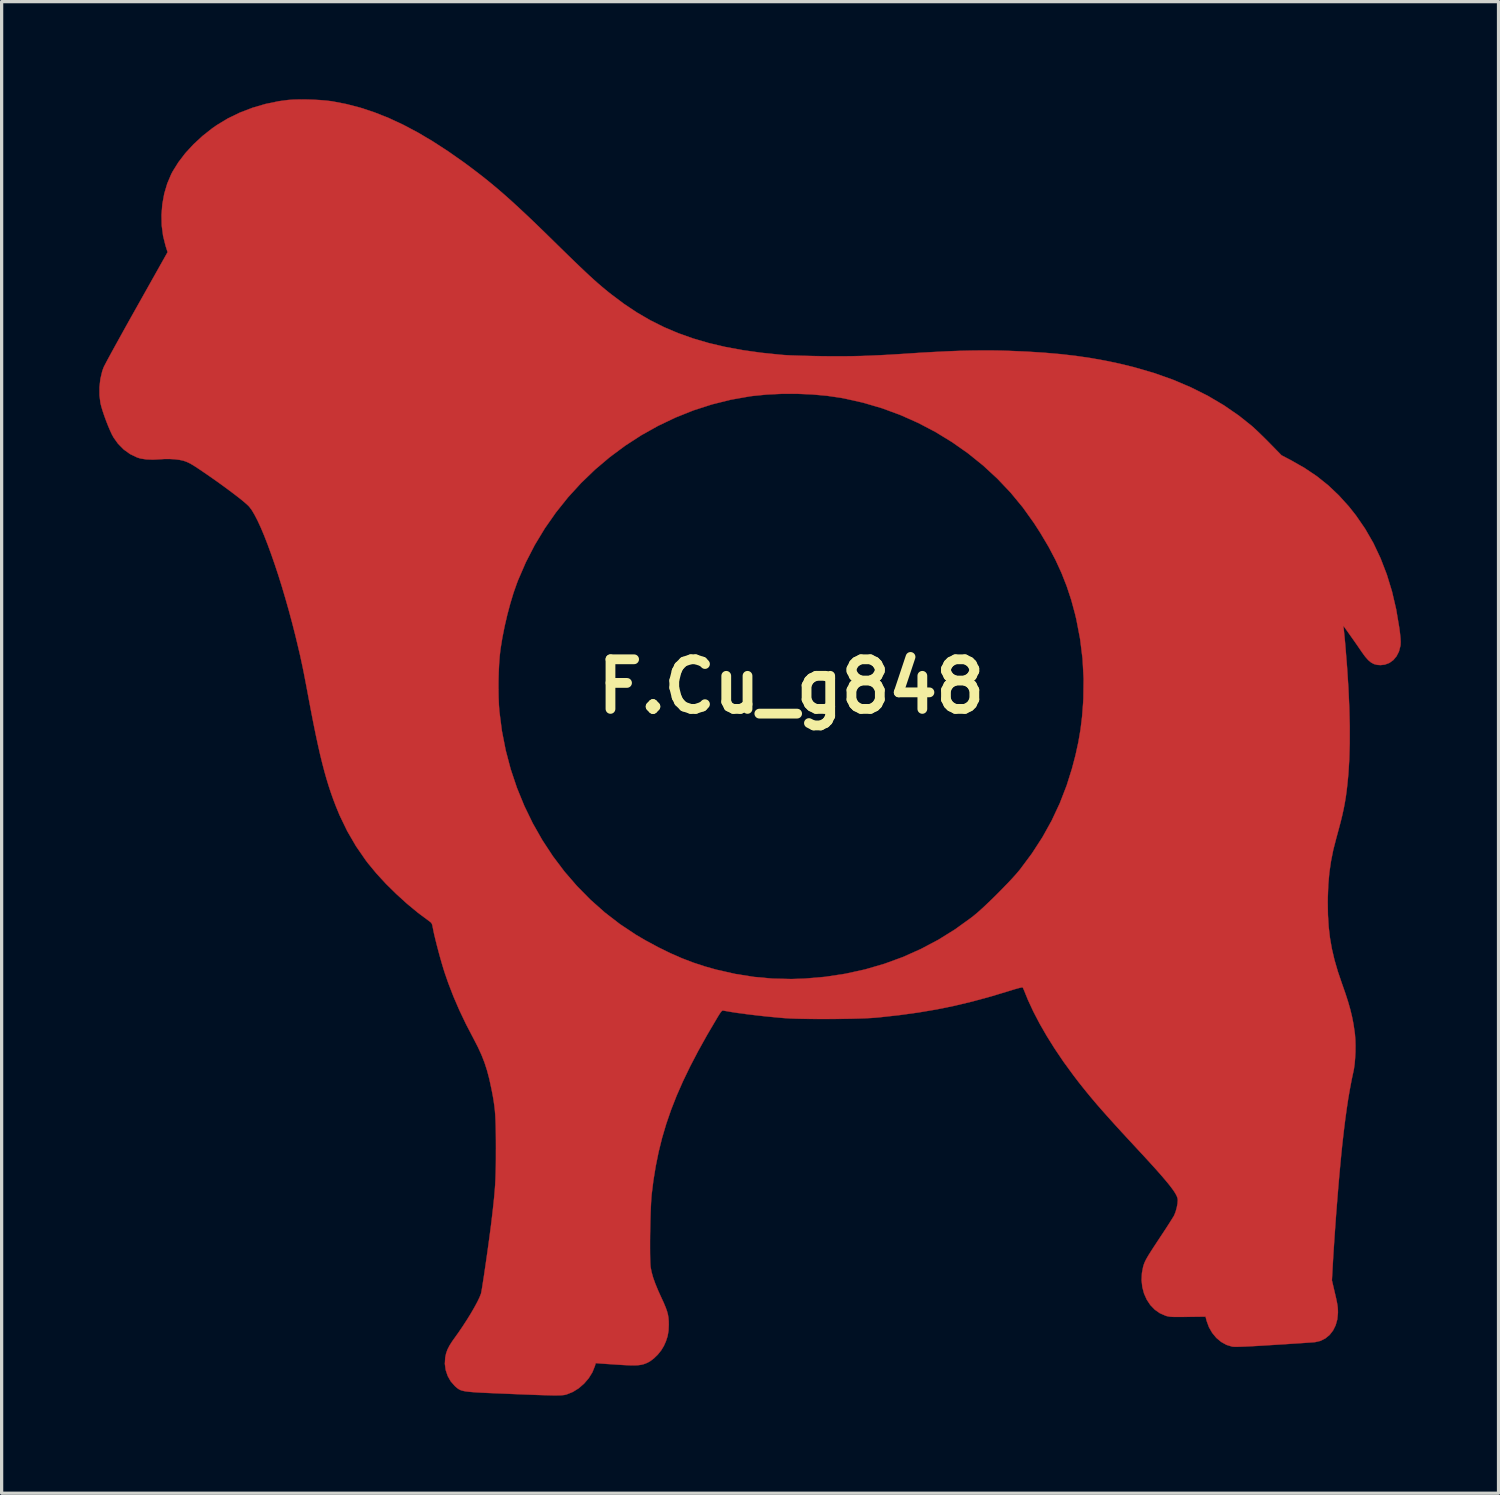
<source format=kicad_pcb>
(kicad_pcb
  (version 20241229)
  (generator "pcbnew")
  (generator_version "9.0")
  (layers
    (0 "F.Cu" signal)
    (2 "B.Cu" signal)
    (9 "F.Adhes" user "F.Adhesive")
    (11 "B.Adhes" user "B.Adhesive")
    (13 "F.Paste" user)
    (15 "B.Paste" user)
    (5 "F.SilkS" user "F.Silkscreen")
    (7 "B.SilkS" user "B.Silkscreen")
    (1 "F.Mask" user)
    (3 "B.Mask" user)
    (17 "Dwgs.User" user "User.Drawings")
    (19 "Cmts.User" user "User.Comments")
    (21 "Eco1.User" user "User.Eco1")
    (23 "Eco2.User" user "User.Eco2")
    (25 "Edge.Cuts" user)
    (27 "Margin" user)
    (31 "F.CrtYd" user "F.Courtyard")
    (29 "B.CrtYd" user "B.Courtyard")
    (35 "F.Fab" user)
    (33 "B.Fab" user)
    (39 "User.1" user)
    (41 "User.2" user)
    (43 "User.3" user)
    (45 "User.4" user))
  (footprint "F.Cu_g848"
    (layer "F.Cu")
    (at 21.254 18.036)
    (property "Reference" "F.Cu_g848" (at 0 0 0) (layer "F.SilkS") (effects (font (size 1.524 1.524) (thickness 0.3))))
    (attr through_hole)
    (fp_poly (pts (xy -14.9 -18.03) (xy -14.686 -18.024) (xy -14.476 -18.012) (xy -14.282 -17.996) (xy -14.115 -17.976) (xy -14.097 -17.973) (xy -13.666 -17.89) (xy -13.235 -17.778) (xy -12.803 -17.635) (xy -12.366 -17.462) (xy -11.923 -17.256) (xy -11.471 -17.017) (xy -11.009 -16.743) (xy -10.533 -16.434) (xy -10.042 -16.089) (xy -9.824 -15.927) (xy -9.616 -15.769) (xy -9.414 -15.611) (xy -9.214 -15.449) (xy -9.012 -15.28) (xy -8.806 -15.102) (xy -8.592 -14.911) (xy -8.366 -14.704) (xy -8.124 -14.478) (xy -7.865 -14.231) (xy -7.583 -13.958) (xy -7.297 -13.678) (xy -7.056 -13.442) (xy -6.842 -13.233) (xy -6.651 -13.048) (xy -6.481 -12.885) (xy -6.329 -12.741) (xy -6.191 -12.612) (xy -6.065 -12.497) (xy -5.947 -12.392) (xy -5.834 -12.295) (xy -5.724 -12.203) (xy -5.613 -12.112) (xy -5.524 -12.042) (xy -5.136 -11.751) (xy -4.74 -11.487) (xy -4.333 -11.25) (xy -3.912 -11.039) (xy -3.474 -10.853) (xy -3.016 -10.69) (xy -2.536 -10.549) (xy -2.029 -10.43) (xy -1.493 -10.331) (xy -0.925 -10.251) (xy -0.322 -10.189) (xy -0.212 -10.18) (xy -0.126 -10.175) (xy -0.004 -10.169) (xy 0.147 -10.164) (xy 0.32 -10.158) (xy 0.509 -10.154) (xy 0.708 -10.149) (xy 0.909 -10.146) (xy 0.942 -10.145) (xy 1.262 -10.142) (xy 1.563 -10.142) (xy 1.855 -10.145) (xy 2.145 -10.151) (xy 2.441 -10.162) (xy 2.753 -10.176) (xy 3.088 -10.194) (xy 3.454 -10.217) (xy 3.545 -10.223) (xy 4.001 -10.253) (xy 4.42 -10.276) (xy 4.807 -10.295) (xy 5.169 -10.309) (xy 5.509 -10.317) (xy 5.834 -10.321) (xy 6.148 -10.321) (xy 6.457 -10.316) (xy 6.685 -10.309) (xy 7.249 -10.285) (xy 7.778 -10.251) (xy 8.277 -10.208) (xy 8.751 -10.153) (xy 9.208 -10.086) (xy 9.652 -10.006) (xy 10.09 -9.914) (xy 10.52 -9.809) (xy 11.134 -9.631) (xy 11.718 -9.425) (xy 12.272 -9.19) (xy 12.796 -8.928) (xy 13.289 -8.637) (xy 13.75 -8.319) (xy 14.15 -8) (xy 14.221 -7.936) (xy 14.315 -7.848) (xy 14.423 -7.744) (xy 14.539 -7.631) (xy 14.655 -7.515) (xy 14.7 -7.469) (xy 15.06 -7.101) (xy 15.356 -6.946) (xy 15.768 -6.711) (xy 16.146 -6.457) (xy 16.495 -6.178) (xy 16.82 -5.87) (xy 17.128 -5.53) (xy 17.347 -5.253) (xy 17.629 -4.843) (xy 17.882 -4.404) (xy 18.103 -3.936) (xy 18.294 -3.441) (xy 18.454 -2.918) (xy 18.582 -2.37) (xy 18.679 -1.795) (xy 18.7 -1.63) (xy 18.715 -1.484) (xy 18.721 -1.37) (xy 18.717 -1.279) (xy 18.712 -1.244) (xy 18.667 -1.073) (xy 18.593 -0.928) (xy 18.494 -0.81) (xy 18.373 -0.723) (xy 18.234 -0.671) (xy 18.102 -0.656) (xy 17.995 -0.664) (xy 17.9 -0.689) (xy 17.811 -0.737) (xy 17.724 -0.81) (xy 17.632 -0.914) (xy 17.532 -1.051) (xy 17.498 -1.101) (xy 17.449 -1.172) (xy 17.388 -1.261) (xy 17.318 -1.362) (xy 17.243 -1.468) (xy 17.169 -1.573) (xy 17.1 -1.671) (xy 17.04 -1.755) (xy 16.994 -1.819) (xy 16.965 -1.857) (xy 16.961 -1.863) (xy 16.958 -1.853) (xy 16.963 -1.82) (xy 16.969 -1.784) (xy 16.977 -1.713) (xy 16.987 -1.613) (xy 16.999 -1.492) (xy 17.012 -1.356) (xy 17.018 -1.291) (xy 17.073 -0.603) (xy 17.115 0.045) (xy 17.142 0.654) (xy 17.156 1.224) (xy 17.155 1.755) (xy 17.141 2.248) (xy 17.113 2.702) (xy 17.08 3.036) (xy 17.057 3.232) (xy 17.032 3.412) (xy 17.003 3.584) (xy 16.97 3.756) (xy 16.931 3.935) (xy 16.884 4.13) (xy 16.827 4.347) (xy 16.76 4.595) (xy 16.743 4.657) (xy 16.65 5.018) (xy 16.58 5.369) (xy 16.529 5.721) (xy 16.497 6.086) (xy 16.482 6.474) (xy 16.48 6.625) (xy 16.486 7.014) (xy 16.508 7.376) (xy 16.548 7.721) (xy 16.607 8.059) (xy 16.687 8.4) (xy 16.79 8.754) (xy 16.918 9.131) (xy 16.923 9.144) (xy 17.023 9.431) (xy 17.106 9.688) (xy 17.173 9.924) (xy 17.227 10.148) (xy 17.27 10.367) (xy 17.303 10.589) (xy 17.316 10.689) (xy 17.328 10.849) (xy 17.333 11.032) (xy 17.331 11.225) (xy 17.321 11.418) (xy 17.306 11.597) (xy 17.284 11.752) (xy 17.272 11.811) (xy 17.214 12.084) (xy 17.161 12.364) (xy 17.11 12.658) (xy 17.063 12.97) (xy 17.017 13.305) (xy 16.972 13.67) (xy 16.927 14.069) (xy 16.902 14.309) (xy 16.87 14.642) (xy 16.836 15.01) (xy 16.802 15.403) (xy 16.769 15.814) (xy 16.736 16.233) (xy 16.706 16.653) (xy 16.678 17.064) (xy 16.652 17.46) (xy 16.634 17.773) (xy 16.608 18.242) (xy 16.701 18.64) (xy 16.736 18.791) (xy 16.761 18.91) (xy 16.778 19.006) (xy 16.788 19.089) (xy 16.792 19.166) (xy 16.793 19.241) (xy 16.774 19.44) (xy 16.723 19.622) (xy 16.643 19.783) (xy 16.537 19.919) (xy 16.407 20.026) (xy 16.258 20.101) (xy 16.097 20.139) (xy 16.056 20.143) (xy 15.978 20.149) (xy 15.865 20.157) (xy 15.723 20.167) (xy 15.556 20.178) (xy 15.368 20.19) (xy 15.164 20.204) (xy 14.947 20.217) (xy 14.824 20.225) (xy 14.551 20.242) (xy 14.318 20.256) (xy 14.122 20.267) (xy 13.959 20.275) (xy 13.827 20.28) (xy 13.722 20.283) (xy 13.642 20.284) (xy 13.585 20.282) (xy 13.546 20.278) (xy 13.543 20.277) (xy 13.369 20.224) (xy 13.206 20.133) (xy 13.059 20.01) (xy 12.933 19.858) (xy 12.832 19.683) (xy 12.761 19.489) (xy 12.756 19.471) (xy 12.727 19.357) (xy 12.179 19.364) (xy 12.009 19.366) (xy 11.875 19.366) (xy 11.771 19.366) (xy 11.691 19.363) (xy 11.63 19.358) (xy 11.58 19.35) (xy 11.536 19.34) (xy 11.502 19.33) (xy 11.324 19.252) (xy 11.166 19.141) (xy 11.031 19.001) (xy 10.922 18.836) (xy 10.839 18.651) (xy 10.785 18.45) (xy 10.762 18.237) (xy 10.773 18.018) (xy 10.808 17.835) (xy 10.823 17.78) (xy 10.841 17.728) (xy 10.864 17.673) (xy 10.894 17.611) (xy 10.934 17.539) (xy 10.986 17.452) (xy 11.053 17.346) (xy 11.137 17.216) (xy 11.241 17.058) (xy 11.326 16.929) (xy 11.422 16.784) (xy 11.512 16.647) (xy 11.593 16.521) (xy 11.662 16.412) (xy 11.716 16.326) (xy 11.752 16.267) (xy 11.762 16.248) (xy 11.805 16.143) (xy 11.841 16.015) (xy 11.866 15.884) (xy 11.874 15.778) (xy 11.868 15.729) (xy 11.85 15.671) (xy 11.817 15.602) (xy 11.769 15.522) (xy 11.702 15.427) (xy 11.617 15.315) (xy 11.511 15.186) (xy 11.383 15.036) (xy 11.232 14.864) (xy 11.055 14.668) (xy 10.851 14.445) (xy 10.636 14.213) (xy 10.37 13.926) (xy 10.13 13.666) (xy 9.915 13.43) (xy 9.72 13.213) (xy 9.543 13.014) (xy 9.381 12.828) (xy 9.232 12.652) (xy 9.092 12.483) (xy 8.959 12.318) (xy 8.828 12.153) (xy 8.699 11.984) (xy 8.646 11.913) (xy 8.36 11.521) (xy 8.094 11.127) (xy 7.85 10.737) (xy 7.63 10.355) (xy 7.438 9.986) (xy 7.275 9.635) (xy 7.208 9.472) (xy 7.173 9.384) (xy 7.142 9.31) (xy 7.119 9.26) (xy 7.11 9.243) (xy 7.087 9.243) (xy 7.029 9.255) (xy 6.945 9.277) (xy 6.84 9.307) (xy 6.728 9.342) (xy 6.142 9.519) (xy 5.577 9.673) (xy 5.024 9.806) (xy 4.472 9.919) (xy 3.912 10.014) (xy 3.333 10.094) (xy 2.726 10.161) (xy 2.582 10.174) (xy 2.445 10.184) (xy 2.271 10.193) (xy 2.068 10.2) (xy 1.842 10.206) (xy 1.6 10.21) (xy 1.346 10.213) (xy 1.089 10.214) (xy 0.833 10.214) (xy 0.586 10.212) (xy 0.354 10.209) (xy 0.143 10.204) (xy -0.04 10.197) (xy -0.19 10.188) (xy -0.233 10.185) (xy -0.53 10.158) (xy -0.825 10.129) (xy -1.11 10.097) (xy -1.381 10.064) (xy -1.629 10.031) (xy -1.85 9.997) (xy -2.036 9.965) (xy -2.078 9.957) (xy -2.102 9.955) (xy -2.124 9.963) (xy -2.149 9.986) (xy -2.182 10.031) (xy -2.228 10.102) (xy -2.278 10.185) (xy -2.583 10.703) (xy -2.858 11.197) (xy -3.105 11.67) (xy -3.325 12.126) (xy -3.52 12.569) (xy -3.69 13.003) (xy -3.838 13.432) (xy -3.965 13.86) (xy -4.072 14.291) (xy -4.161 14.728) (xy -4.234 15.176) (xy -4.288 15.61) (xy -4.297 15.722) (xy -4.306 15.864) (xy -4.314 16.032) (xy -4.321 16.219) (xy -4.327 16.42) (xy -4.331 16.628) (xy -4.335 16.838) (xy -4.337 17.043) (xy -4.337 17.239) (xy -4.336 17.418) (xy -4.333 17.575) (xy -4.329 17.705) (xy -4.323 17.8) (xy -4.32 17.829) (xy -4.291 17.982) (xy -4.244 18.152) (xy -4.176 18.343) (xy -4.086 18.561) (xy -3.991 18.77) (xy -3.915 18.935) (xy -3.858 19.071) (xy -3.816 19.188) (xy -3.788 19.292) (xy -3.771 19.394) (xy -3.763 19.501) (xy -3.761 19.6) (xy -3.769 19.788) (xy -3.797 19.954) (xy -3.849 20.115) (xy -3.912 20.256) (xy -3.992 20.389) (xy -4.096 20.52) (xy -4.215 20.636) (xy -4.337 20.728) (xy -4.376 20.75) (xy -4.453 20.788) (xy -4.53 20.817) (xy -4.612 20.837) (xy -4.706 20.849) (xy -4.818 20.854) (xy -4.955 20.852) (xy -5.124 20.845) (xy -5.236 20.838) (xy -5.383 20.829) (xy -5.526 20.819) (xy -5.656 20.811) (xy -5.763 20.803) (xy -5.84 20.798) (xy -5.854 20.797) (xy -6.004 20.785) (xy -6.031 20.875) (xy -6.108 21.067) (xy -6.221 21.249) (xy -6.363 21.414) (xy -6.527 21.557) (xy -6.707 21.669) (xy -6.898 21.746) (xy -6.899 21.747) (xy -6.932 21.755) (xy -6.969 21.763) (xy -7.013 21.768) (xy -7.067 21.773) (xy -7.134 21.775) (xy -7.216 21.776) (xy -7.318 21.776) (xy -7.441 21.773) (xy -7.589 21.769) (xy -7.765 21.764) (xy -7.972 21.756) (xy -8.212 21.747) (xy -8.489 21.736) (xy -8.769 21.724) (xy -9.042 21.713) (xy -9.277 21.703) (xy -9.476 21.694) (xy -9.644 21.685) (xy -9.783 21.675) (xy -9.897 21.665) (xy -9.99 21.654) (xy -10.064 21.64) (xy -10.125 21.625) (xy -10.174 21.606) (xy -10.215 21.583) (xy -10.253 21.557) (xy -10.29 21.526) (xy -10.33 21.49) (xy -10.339 21.481) (xy -10.46 21.343) (xy -10.552 21.179) (xy -10.613 20.998) (xy -10.639 20.807) (xy -10.628 20.617) (xy -10.601 20.488) (xy -10.559 20.368) (xy -10.496 20.245) (xy -10.409 20.109) (xy -10.365 20.048) (xy -10.224 19.85) (xy -10.087 19.649) (xy -9.958 19.45) (xy -9.839 19.257) (xy -9.734 19.076) (xy -9.646 18.913) (xy -9.577 18.772) (xy -9.532 18.659) (xy -9.528 18.648) (xy -9.52 18.609) (xy -9.506 18.533) (xy -9.488 18.424) (xy -9.467 18.287) (xy -9.442 18.128) (xy -9.416 17.95) (xy -9.388 17.759) (xy -9.359 17.559) (xy -9.33 17.354) (xy -9.302 17.151) (xy -9.275 16.953) (xy -9.25 16.765) (xy -9.227 16.592) (xy -9.208 16.438) (xy -9.199 16.362) (xy -9.168 16.098) (xy -9.143 15.867) (xy -9.122 15.662) (xy -9.106 15.475) (xy -9.093 15.296) (xy -9.084 15.119) (xy -9.078 14.935) (xy -9.073 14.735) (xy -9.071 14.512) (xy -9.071 14.257) (xy -9.07 14.192) (xy -9.071 13.926) (xy -9.073 13.696) (xy -9.077 13.496) (xy -9.083 13.32) (xy -9.091 13.162) (xy -9.103 13.017) (xy -9.119 12.877) (xy -9.139 12.738) (xy -9.163 12.593) (xy -9.193 12.435) (xy -9.21 12.351) (xy -9.273 12.059) (xy -9.342 11.797) (xy -9.421 11.553) (xy -9.514 11.316) (xy -9.625 11.074) (xy -9.758 10.816) (xy -9.99 10.371) (xy -10.193 9.945) (xy -10.373 9.529) (xy -10.533 9.114) (xy -10.639 8.809) (xy -10.684 8.668) (xy -10.733 8.503) (xy -10.785 8.322) (xy -10.836 8.134) (xy -10.885 7.948) (xy -10.929 7.771) (xy -10.967 7.613) (xy -10.995 7.481) (xy -11.007 7.418) (xy -11.023 7.339) (xy -11.04 7.287) (xy -11.066 7.251) (xy -11.108 7.217) (xy -11.12 7.208) (xy -11.463 6.953) (xy -11.803 6.672) (xy -12.133 6.372) (xy -12.448 6.062) (xy -12.738 5.747) (xy -12.997 5.434) (xy -13.068 5.341) (xy -13.369 4.905) (xy -13.638 4.442) (xy -13.873 3.955) (xy -13.985 3.683) (xy -14.064 3.476) (xy -14.138 3.268) (xy -14.208 3.056) (xy -14.276 2.834) (xy -14.342 2.6) (xy -14.407 2.35) (xy -14.473 2.081) (xy -14.539 1.787) (xy -14.608 1.467) (xy -14.679 1.116) (xy -14.754 0.731) (xy -14.834 0.307) (xy -14.836 0.296) (xy -14.876 0.082) (xy -8.993 0.082) (xy -8.989 0.336) (xy -8.979 0.57) (xy -8.965 0.762) (xy -8.887 1.368) (xy -8.77 1.963) (xy -8.616 2.547) (xy -8.425 3.116) (xy -8.198 3.67) (xy -7.938 4.206) (xy -7.645 4.722) (xy -7.32 5.216) (xy -6.964 5.688) (xy -6.579 6.133) (xy -6.166 6.552) (xy -5.727 6.942) (xy -5.261 7.301) (xy -4.771 7.627) (xy -4.466 7.806) (xy -4.081 8.013) (xy -3.716 8.192) (xy -3.363 8.347) (xy -3.014 8.481) (xy -2.66 8.598) (xy -2.297 8.7) (xy -1.716 8.831) (xy -1.142 8.922) (xy -0.569 8.974) (xy 0.008 8.987) (xy 0.413 8.974) (xy 1.045 8.919) (xy 1.664 8.825) (xy 2.269 8.692) (xy 2.859 8.52) (xy 3.431 8.311) (xy 3.986 8.063) (xy 4.522 7.779) (xy 5.037 7.458) (xy 5.532 7.101) (xy 5.609 7.04) (xy 5.721 6.947) (xy 5.854 6.828) (xy 6.004 6.688) (xy 6.164 6.535) (xy 6.328 6.373) (xy 6.491 6.208) (xy 6.647 6.047) (xy 6.79 5.895) (xy 6.913 5.758) (xy 7.012 5.641) (xy 7.029 5.62) (xy 7.393 5.131) (xy 7.716 4.632) (xy 8.001 4.119) (xy 8.249 3.589) (xy 8.461 3.041) (xy 8.622 2.529) (xy 8.732 2.112) (xy 8.819 1.715) (xy 8.886 1.324) (xy 8.935 0.924) (xy 8.967 0.503) (xy 8.974 0.373) (xy 8.982 -0.237) (xy 8.949 -0.849) (xy 8.874 -1.458) (xy 8.758 -2.061) (xy 8.719 -2.225) (xy 8.601 -2.661) (xy 8.463 -3.078) (xy 8.303 -3.485) (xy 8.119 -3.886) (xy 7.906 -4.29) (xy 7.661 -4.703) (xy 7.46 -5.016) (xy 7.116 -5.498) (xy 6.739 -5.955) (xy 6.331 -6.385) (xy 5.894 -6.788) (xy 5.43 -7.162) (xy 4.942 -7.505) (xy 4.432 -7.817) (xy 3.902 -8.095) (xy 3.353 -8.339) (xy 2.789 -8.547) (xy 2.211 -8.717) (xy 1.622 -8.849) (xy 1.524 -8.867) (xy 1.098 -8.929) (xy 0.646 -8.97) (xy 0.18 -8.99) (xy -0.289 -8.989) (xy -0.748 -8.967) (xy -1.187 -8.923) (xy -1.27 -8.912) (xy -1.858 -8.808) (xy -2.436 -8.664) (xy -3.001 -8.482) (xy -3.552 -8.262) (xy -4.087 -8.007) (xy -4.604 -7.718) (xy -5.101 -7.396) (xy -5.576 -7.043) (xy -6.029 -6.66) (xy -6.456 -6.248) (xy -6.856 -5.81) (xy -7.227 -5.346) (xy -7.568 -4.859) (xy -7.877 -4.348) (xy -8.151 -3.817) (xy -8.39 -3.266) (xy -8.429 -3.164) (xy -8.532 -2.871) (xy -8.63 -2.546) (xy -8.722 -2.201) (xy -8.804 -1.847) (xy -8.874 -1.495) (xy -8.929 -1.156) (xy -8.934 -1.117) (xy -8.956 -0.921) (xy -8.973 -0.692) (xy -8.985 -0.442) (xy -8.992 -0.181) (xy -8.993 0.082) (xy -14.876 0.082) (xy -14.886 0.028) (xy -14.931 -0.206) (xy -14.971 -0.413) (xy -15.009 -0.601) (xy -15.047 -0.777) (xy -15.084 -0.949) (xy -15.125 -1.123) (xy -15.169 -1.309) (xy -15.218 -1.512) (xy -15.23 -1.562) (xy -15.329 -1.951) (xy -15.432 -2.334) (xy -15.539 -2.71) (xy -15.647 -3.074) (xy -15.757 -3.426) (xy -15.868 -3.76) (xy -15.978 -4.076) (xy -16.086 -4.37) (xy -16.191 -4.639) (xy -16.293 -4.881) (xy -16.391 -5.093) (xy -16.483 -5.271) (xy -16.568 -5.415) (xy -16.646 -5.519) (xy -16.653 -5.528) (xy -16.715 -5.588) (xy -16.808 -5.669) (xy -16.929 -5.768) (xy -17.076 -5.882) (xy -17.243 -6.008) (xy -17.427 -6.144) (xy -17.625 -6.287) (xy -17.834 -6.434) (xy -18.049 -6.582) (xy -18.087 -6.608) (xy -18.228 -6.703) (xy -18.341 -6.777) (xy -18.434 -6.832) (xy -18.513 -6.874) (xy -18.585 -6.905) (xy -18.656 -6.93) (xy -18.675 -6.936) (xy -18.792 -6.961) (xy -18.937 -6.979) (xy -19.097 -6.988) (xy -19.258 -6.987) (xy -19.367 -6.98) (xy -19.604 -6.967) (xy -19.813 -6.975) (xy -19.991 -7.003) (xy -20.091 -7.034) (xy -20.309 -7.139) (xy -20.506 -7.281) (xy -20.679 -7.457) (xy -20.814 -7.645) (xy -20.863 -7.734) (xy -20.919 -7.854) (xy -20.98 -7.996) (xy -21.041 -8.151) (xy -21.099 -8.309) (xy -21.15 -8.46) (xy -21.191 -8.596) (xy -21.218 -8.704) (xy -21.248 -8.94) (xy -21.249 -9.19) (xy -21.221 -9.441) (xy -21.165 -9.679) (xy -21.126 -9.79) (xy -21.108 -9.83) (xy -21.069 -9.904) (xy -21.014 -10.009) (xy -20.942 -10.142) (xy -20.856 -10.301) (xy -20.756 -10.482) (xy -20.645 -10.683) (xy -20.525 -10.9) (xy -20.396 -11.132) (xy -20.261 -11.374) (xy -20.12 -11.625) (xy -20.112 -11.639) (xy -19.156 -13.341) (xy -19.218 -13.535) (xy -19.294 -13.839) (xy -19.336 -14.159) (xy -19.343 -14.487) (xy -19.317 -14.815) (xy -19.258 -15.139) (xy -19.166 -15.449) (xy -19.043 -15.739) (xy -19.002 -15.817) (xy -18.825 -16.101) (xy -18.611 -16.381) (xy -18.362 -16.651) (xy -18.085 -16.908) (xy -17.782 -17.147) (xy -17.642 -17.244) (xy -17.305 -17.448) (xy -16.938 -17.626) (xy -16.55 -17.775) (xy -16.146 -17.893) (xy -15.734 -17.978) (xy -15.453 -18.015) (xy -15.295 -18.026) (xy -15.107 -18.031) (xy -14.9 -18.03)) (stroke (width 0.01) (type solid)) (fill yes) (layer "F.Cu")))
  (gr_rect
    (start -3 -3)
    (end 42.98 42.817)
    (stroke (width 0.1) (type default))
    (fill no)
    (layer "Edge.Cuts")))
</source>
